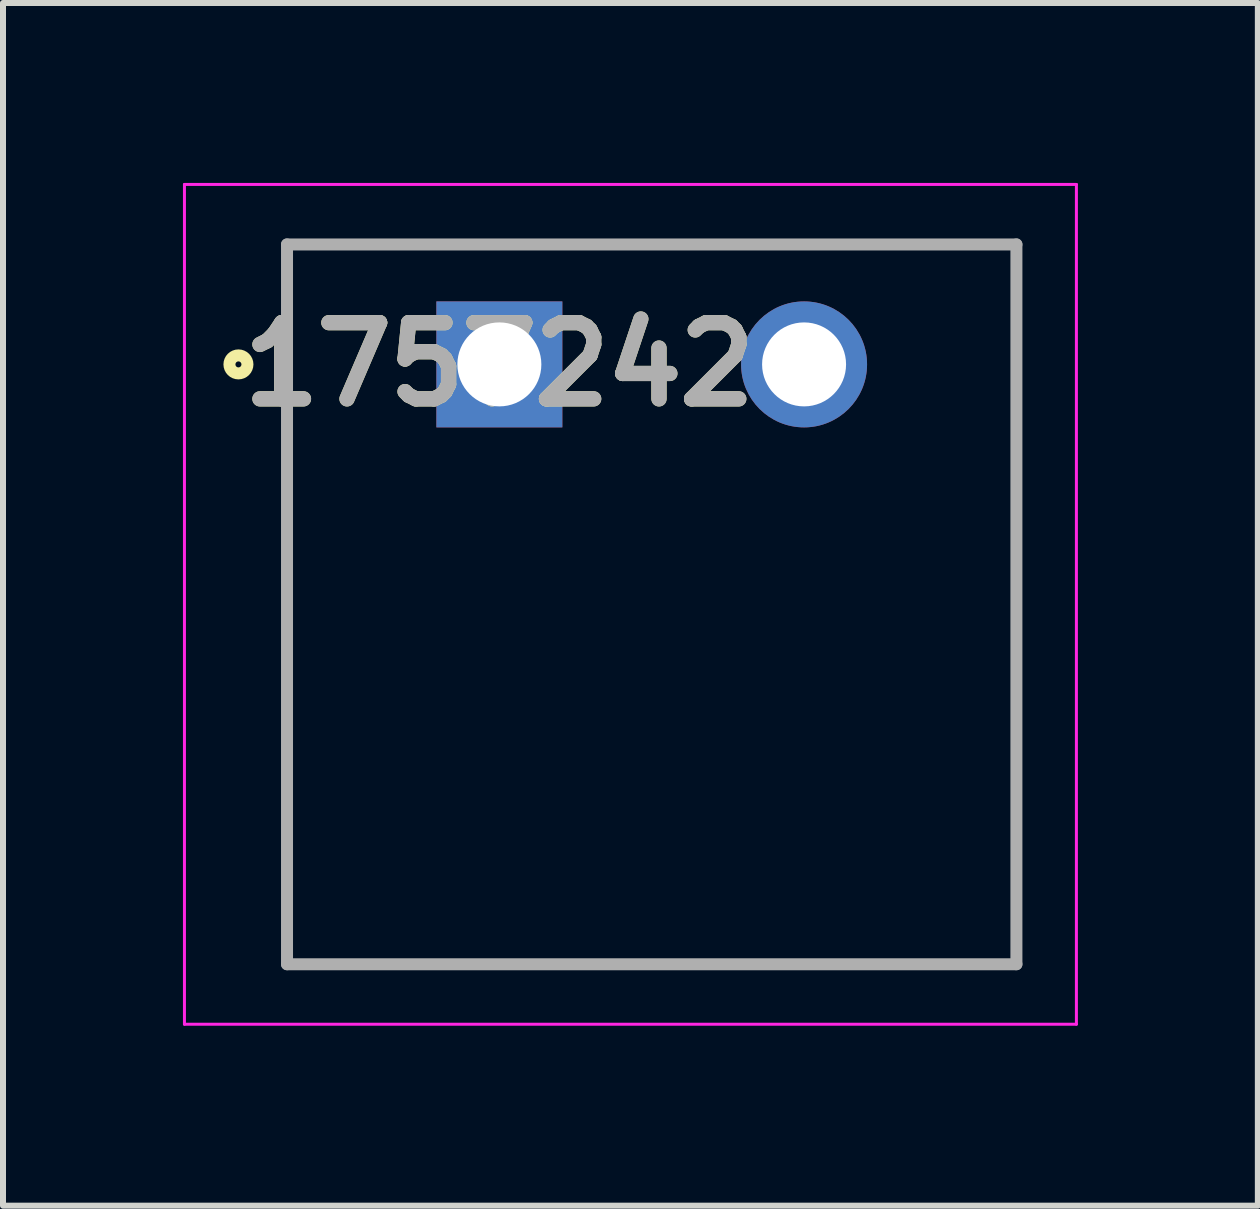
<source format=kicad_pcb>
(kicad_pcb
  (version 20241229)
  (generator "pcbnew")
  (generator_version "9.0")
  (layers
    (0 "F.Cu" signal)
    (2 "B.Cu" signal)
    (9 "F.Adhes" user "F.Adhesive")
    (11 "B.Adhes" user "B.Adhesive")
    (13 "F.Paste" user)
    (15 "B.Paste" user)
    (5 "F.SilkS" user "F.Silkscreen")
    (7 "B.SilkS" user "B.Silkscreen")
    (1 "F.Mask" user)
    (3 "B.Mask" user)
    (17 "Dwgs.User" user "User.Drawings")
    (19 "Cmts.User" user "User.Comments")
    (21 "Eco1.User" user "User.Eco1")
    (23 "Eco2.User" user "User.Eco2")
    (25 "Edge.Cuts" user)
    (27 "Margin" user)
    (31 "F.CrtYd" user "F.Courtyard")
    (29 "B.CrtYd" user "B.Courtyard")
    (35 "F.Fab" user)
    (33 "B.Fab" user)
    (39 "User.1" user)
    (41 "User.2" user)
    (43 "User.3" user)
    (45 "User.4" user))
  (footprint "1757242"
    (layer "F.Cu")
    (at 5.275 3.025)
    (property "Reference" "1757242" (at 0 0 0) (layer "F.SilkS") (effects (font (size 1.27 1.27) (thickness 0.254))))
    (attr through_hole)
    (fp_line (start -3.54 -2) (end 8.62 -2) (stroke (width 0.1) (type solid)) (layer "F.SilkS"))
    (fp_line (start -3.54 10) (end -3.54 -2) (stroke (width 0.1) (type solid)) (layer "F.SilkS"))
    (fp_line (start 8.62 -2) (end 8.62 10) (stroke (width 0.1) (type solid)) (layer "F.SilkS"))
    (fp_line (start 8.62 10) (end -3.54 10) (stroke (width 0.1) (type solid)) (layer "F.SilkS"))
    (fp_circle (center -4.35 0) (end -4.35 0.05) (stroke (width 0.2) (type solid)) (fill no) (layer "F.SilkS"))
    (fp_line (start -5.25 -3) (end 9.62 -3) (stroke (width 0.05) (type solid)) (layer "F.CrtYd"))
    (fp_line (start -5.25 11) (end -5.25 -3) (stroke (width 0.05) (type solid)) (layer "F.CrtYd"))
    (fp_line (start 9.62 -3) (end 9.62 11) (stroke (width 0.05) (type solid)) (layer "F.CrtYd"))
    (fp_line (start 9.62 11) (end -5.25 11) (stroke (width 0.05) (type solid)) (layer "F.CrtYd"))
    (fp_line (start -3.54 -2) (end 8.62 -2) (stroke (width 0.2) (type solid)) (layer "F.Fab"))
    (fp_line (start -3.54 10) (end -3.54 -2) (stroke (width 0.2) (type solid)) (layer "F.Fab"))
    (fp_line (start 8.62 -2) (end 8.62 10) (stroke (width 0.2) (type solid)) (layer "F.Fab"))
    (fp_line (start 8.62 10) (end -3.54 10) (stroke (width 0.2) (type solid)) (layer "F.Fab"))
    (fp_text user "${REFERENCE}" (at 0 0 0) (layer "F.Fab") (effects (font (size 1.27 1.27) (thickness 0.254))))
    (pad "1" thru_hole rect (at 0 0) (size 2.1 2.1) (drill 1.4) (layers "*.Cu" "*.Mask"))
    (pad "2" thru_hole circle (at 5.08 0) (size 2.1 2.1) (drill 1.4) (layers "*.Cu" "*.Mask")))
  (gr_rect
    (start -3 -3)
    (end 17.92 17.05)
    (stroke (width 0.1) (type default))
    (fill no)
    (layer "Edge.Cuts")))
</source>
